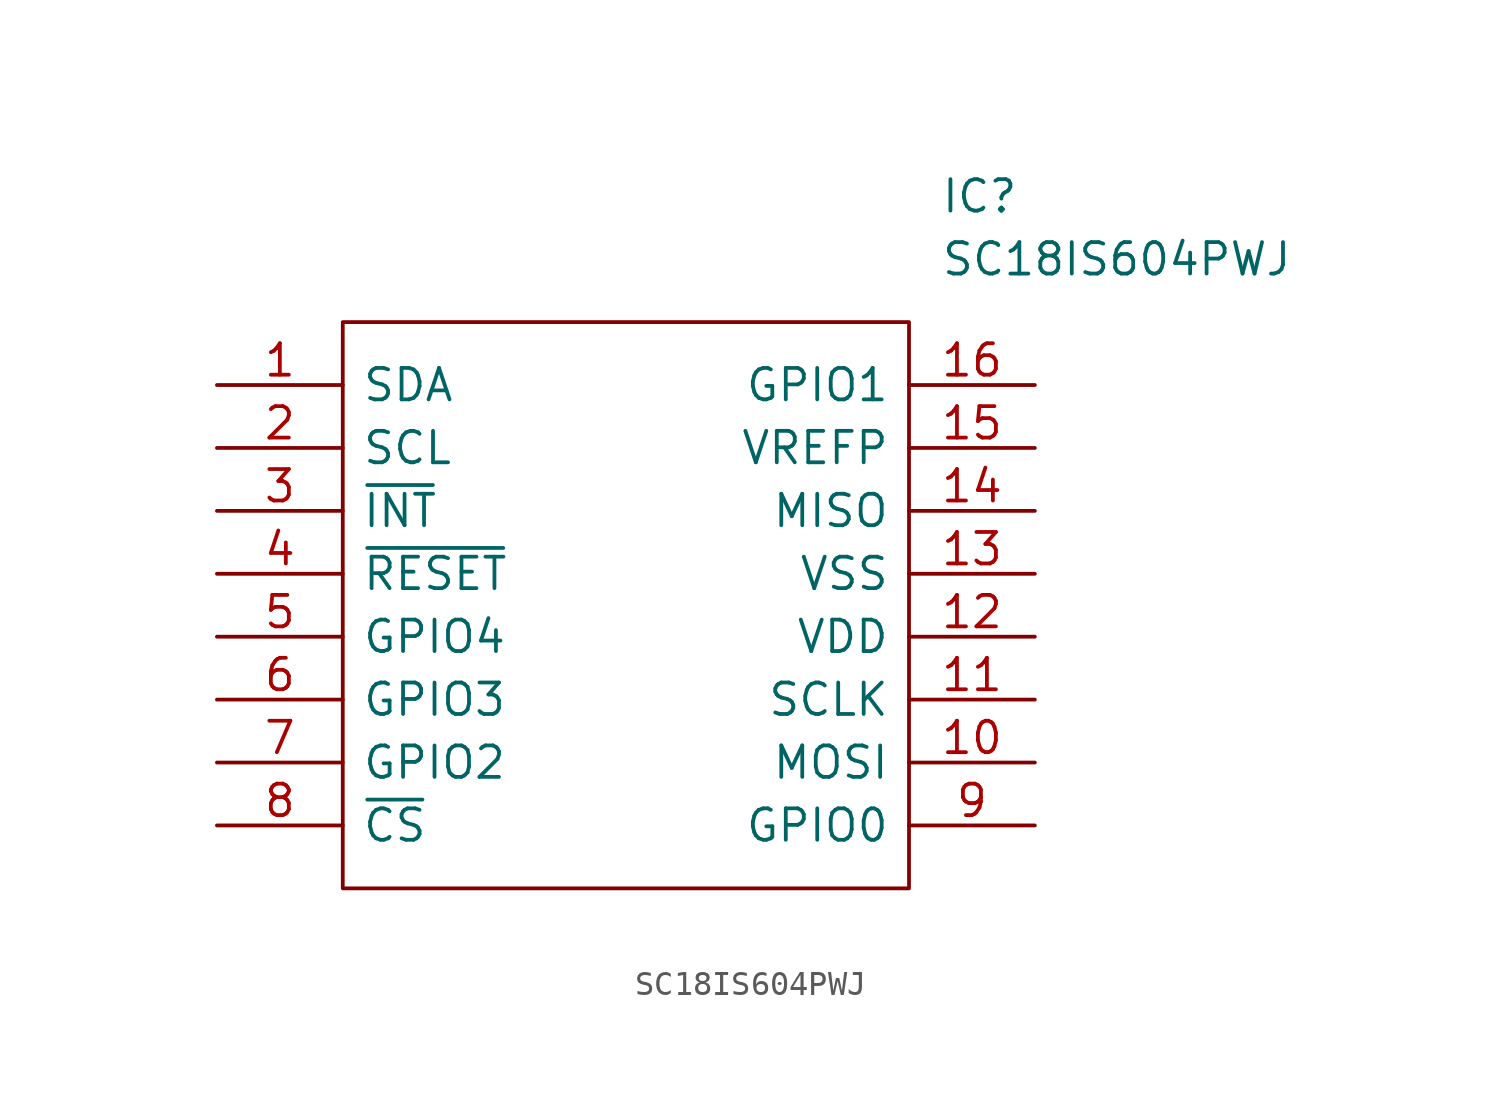
<source format=kicad_sym>
(kicad_symbol_lib
  (version 20211014)
  (generator kicad_symbol_editor)
  (symbol "SC18IS604PWJ"
    (pin_names
      (offset 0.762))
    (property "Reference" "IC"
      (at 29.21 7.62 0)
      (effects (font (size 1.27 1.27)) (justify left)))
    (property "Value" "SC18IS604PWJ"
      (at 29.21 5.08 0)
      (effects (font (size 1.27 1.27)) (justify left)))
    (symbol "SC18IS604PWJ_0_0"
      (pin passive line (at 0 0 0) (length 5.08) (name "SDA" (effects (font (size 1.27 1.27)))) (number "1" (effects (font (size 1.27 1.27)))))
      (pin passive line (at 33.02 -15.24 180) (length 5.08) (name "MOSI" (effects (font (size 1.27 1.27)))) (number "10" (effects (font (size 1.27 1.27)))))
      (pin passive line (at 33.02 -12.7 180) (length 5.08) (name "SCLK" (effects (font (size 1.27 1.27)))) (number "11" (effects (font (size 1.27 1.27)))))
      (pin passive line (at 33.02 -10.16 180) (length 5.08) (name "VDD" (effects (font (size 1.27 1.27)))) (number "12" (effects (font (size 1.27 1.27)))))
      (pin passive line (at 33.02 -7.62 180) (length 5.08) (name "VSS" (effects (font (size 1.27 1.27)))) (number "13" (effects (font (size 1.27 1.27)))))
      (pin passive line (at 33.02 -5.08 180) (length 5.08) (name "MISO" (effects (font (size 1.27 1.27)))) (number "14" (effects (font (size 1.27 1.27)))))
      (pin passive line (at 33.02 -2.54 180) (length 5.08) (name "VREFP" (effects (font (size 1.27 1.27)))) (number "15" (effects (font (size 1.27 1.27)))))
      (pin passive line (at 33.02 0 180) (length 5.08) (name "GPIO1" (effects (font (size 1.27 1.27)))) (number "16" (effects (font (size 1.27 1.27)))))
      (pin passive line (at 0 -2.54 0) (length 5.08) (name "SCL" (effects (font (size 1.27 1.27)))) (number "2" (effects (font (size 1.27 1.27)))))
      (pin passive line (at 0 -5.08 0) (length 5.08) (name "~{INT}" (effects (font (size 1.27 1.27)))) (number "3" (effects (font (size 1.27 1.27)))))
      (pin passive line (at 0 -7.62 0) (length 5.08) (name "~{RESET}" (effects (font (size 1.27 1.27)))) (number "4" (effects (font (size 1.27 1.27)))))
      (pin passive line (at 0 -10.16 0) (length 5.08) (name "GPIO4" (effects (font (size 1.27 1.27)))) (number "5" (effects (font (size 1.27 1.27)))))
      (pin passive line (at 0 -12.7 0) (length 5.08) (name "GPIO3" (effects (font (size 1.27 1.27)))) (number "6" (effects (font (size 1.27 1.27)))))
      (pin passive line (at 0 -15.24 0) (length 5.08) (name "GPIO2" (effects (font (size 1.27 1.27)))) (number "7" (effects (font (size 1.27 1.27)))))
      (pin passive line (at 0 -17.78 0) (length 5.08) (name "~{CS}" (effects (font (size 1.27 1.27)))) (number "8" (effects (font (size 1.27 1.27)))))
      (pin passive line (at 33.02 -17.78 180) (length 5.08) (name "GPIO0" (effects (font (size 1.27 1.27)))) (number "9" (effects (font (size 1.27 1.27))))))
    (symbol "SC18IS604PWJ_0_1"
      (polyline (pts (xy 5.08 2.54) (xy 27.94 2.54) (xy 27.94 -20.32) (xy 5.08 -20.32) (xy 5.08 2.54)) (stroke (width 0.152) (type default) (color 0 0 0 0)) (fill (type none))))))
</source>
